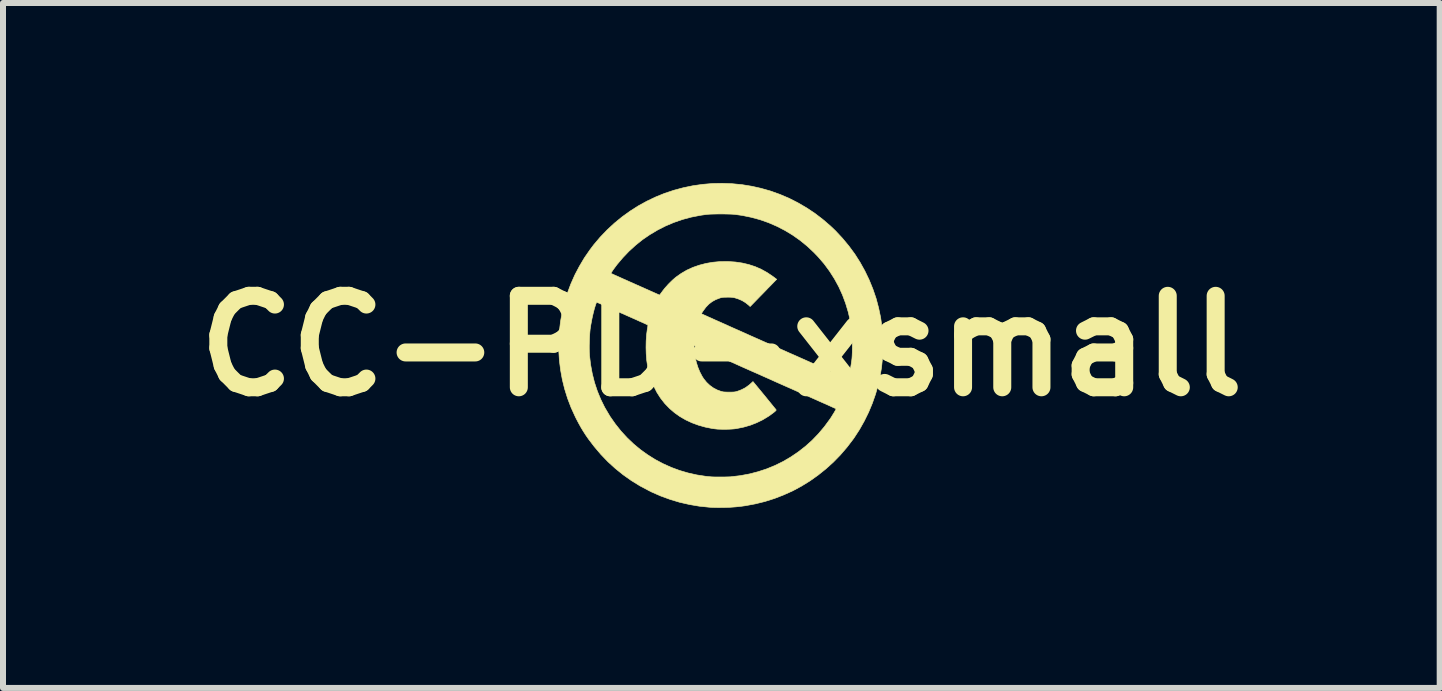
<source format=kicad_pcb>
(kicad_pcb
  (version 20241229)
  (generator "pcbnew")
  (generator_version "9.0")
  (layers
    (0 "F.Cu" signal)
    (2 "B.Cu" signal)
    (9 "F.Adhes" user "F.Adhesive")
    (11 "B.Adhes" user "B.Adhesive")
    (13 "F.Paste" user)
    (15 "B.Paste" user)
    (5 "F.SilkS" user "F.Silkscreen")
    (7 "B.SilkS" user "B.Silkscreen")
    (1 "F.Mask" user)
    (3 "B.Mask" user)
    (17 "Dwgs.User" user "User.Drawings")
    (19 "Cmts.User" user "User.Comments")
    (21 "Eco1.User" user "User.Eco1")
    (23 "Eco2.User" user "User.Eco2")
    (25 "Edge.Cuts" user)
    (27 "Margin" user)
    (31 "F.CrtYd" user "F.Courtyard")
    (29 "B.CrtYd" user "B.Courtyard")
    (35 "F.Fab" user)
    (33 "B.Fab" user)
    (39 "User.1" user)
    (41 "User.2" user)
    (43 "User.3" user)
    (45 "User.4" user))
  (footprint "CC-PD-xsmall"
    (layer "F.Cu")
    (at 8.97 2.714)
    (property "Reference" "CC-PD-xsmall" (at 0 0 0) (layer "F.SilkS") (effects (font (size 1.524 1.524) (thickness 0.3))))
    (attr through_hole)
    (fp_poly (pts (xy 0.179 -2.703) (xy 0.344 -2.687) (xy 0.509 -2.66) (xy 0.656 -2.627) (xy 0.816 -2.582) (xy 0.973 -2.526) (xy 1.126 -2.461) (xy 1.274 -2.386) (xy 1.418 -2.302) (xy 1.557 -2.21) (xy 1.69 -2.108) (xy 1.817 -1.999) (xy 1.902 -1.918) (xy 2.017 -1.795) (xy 2.124 -1.666) (xy 2.223 -1.532) (xy 2.312 -1.392) (xy 2.392 -1.248) (xy 2.463 -1.1) (xy 2.525 -0.948) (xy 2.578 -0.793) (xy 2.62 -0.635) (xy 2.654 -0.474) (xy 2.677 -0.311) (xy 2.69 -0.146) (xy 2.694 0.019) (xy 2.687 0.186) (xy 2.67 0.353) (xy 2.648 0.489) (xy 2.614 0.646) (xy 2.57 0.802) (xy 2.516 0.956) (xy 2.453 1.107) (xy 2.381 1.253) (xy 2.301 1.395) (xy 2.214 1.529) (xy 2.197 1.553) (xy 2.093 1.689) (xy 1.983 1.817) (xy 1.866 1.937) (xy 1.742 2.049) (xy 1.612 2.153) (xy 1.477 2.249) (xy 1.336 2.336) (xy 1.191 2.414) (xy 1.04 2.482) (xy 0.886 2.542) (xy 0.728 2.592) (xy 0.566 2.632) (xy 0.4 2.663) (xy 0.334 2.672) (xy 0.243 2.682) (xy 0.146 2.689) (xy 0.046 2.692) (xy -0.052 2.693) (xy -0.147 2.691) (xy -0.201 2.688) (xy -0.366 2.671) (xy -0.53 2.643) (xy -0.693 2.606) (xy -0.853 2.558) (xy -1.01 2.501) (xy -1.163 2.434) (xy -1.206 2.412) (xy -1.357 2.332) (xy -1.501 2.243) (xy -1.638 2.146) (xy -1.768 2.041) (xy -1.892 1.928) (xy -2.009 1.806) (xy -2.119 1.676) (xy -2.213 1.553) (xy -2.258 1.488) (xy -2.299 1.425) (xy -2.338 1.36) (xy -2.376 1.292) (xy -2.415 1.218) (xy -2.434 1.18) (xy -2.503 1.029) (xy -2.562 0.875) (xy -2.611 0.718) (xy -2.65 0.56) (xy -2.679 0.4) (xy -2.699 0.239) (xy -2.709 0.077) (xy -2.709 0.046) (xy -2.201 0.046) (xy -2.2 0.099) (xy -2.197 0.145) (xy -2.197 0.156) (xy -2.179 0.311) (xy -2.151 0.462) (xy -2.114 0.609) (xy -2.067 0.751) (xy -2.01 0.89) (xy -1.944 1.024) (xy -1.931 1.046) (xy -1.853 1.178) (xy -1.766 1.302) (xy -1.672 1.42) (xy -1.571 1.53) (xy -1.463 1.633) (xy -1.349 1.728) (xy -1.229 1.814) (xy -1.103 1.893) (xy -0.973 1.962) (xy -0.838 2.023) (xy -0.698 2.075) (xy -0.555 2.117) (xy -0.408 2.15) (xy -0.258 2.173) (xy -0.164 2.182) (xy -0.141 2.183) (xy -0.109 2.184) (xy -0.072 2.184) (xy -0.031 2.184) (xy 0.012 2.184) (xy 0.054 2.184) (xy 0.094 2.183) (xy 0.128 2.182) (xy 0.154 2.181) (xy 0.161 2.18) (xy 0.315 2.162) (xy 0.466 2.134) (xy 0.613 2.096) (xy 0.756 2.049) (xy 0.895 1.992) (xy 1.029 1.926) (xy 1.157 1.851) (xy 1.281 1.767) (xy 1.399 1.675) (xy 1.511 1.575) (xy 1.616 1.466) (xy 1.715 1.349) (xy 1.807 1.224) (xy 1.821 1.204) (xy 1.839 1.176) (xy 1.856 1.148) (xy 1.873 1.121) (xy 1.888 1.096) (xy 1.9 1.074) (xy 1.908 1.058) (xy 1.911 1.049) (xy 1.911 1.047) (xy 1.906 1.045) (xy 1.892 1.038) (xy 1.869 1.028) (xy 1.838 1.014) (xy 1.799 0.996) (xy 1.753 0.975) (xy 1.7 0.952) (xy 1.641 0.926) (xy 1.577 0.897) (xy 1.507 0.866) (xy 1.433 0.833) (xy 1.354 0.798) (xy 1.272 0.761) (xy 1.187 0.723) (xy 1.099 0.684) (xy 1.09 0.68) (xy 0.995 0.638) (xy 0.898 0.595) (xy 0.801 0.551) (xy 0.704 0.508) (xy 0.608 0.465) (xy 0.514 0.424) (xy 0.422 0.383) (xy 0.334 0.344) (xy 0.25 0.306) (xy 0.172 0.271) (xy 0.099 0.239) (xy 0.034 0.21) (xy -0.024 0.184) (xy -0.073 0.162) (xy -0.089 0.155) (xy -0.147 0.13) (xy -0.202 0.105) (xy -0.254 0.082) (xy -0.301 0.061) (xy -0.344 0.042) (xy -0.38 0.026) (xy -0.41 0.013) (xy -0.432 0.003) (xy -0.447 -0.003) (xy -0.452 -0.005) (xy -0.452 -0.005) (xy -0.454 -0.000347) (xy -0.455 0.013) (xy -0.455 0.034) (xy -0.453 0.059) (xy -0.451 0.087) (xy -0.449 0.105) (xy -0.436 0.191) (xy -0.416 0.276) (xy -0.39 0.358) (xy -0.358 0.435) (xy -0.321 0.506) (xy -0.294 0.548) (xy -0.246 0.607) (xy -0.192 0.658) (xy -0.132 0.701) (xy -0.067 0.735) (xy -0.012 0.755) (xy 0.006 0.76) (xy 0.022 0.764) (xy 0.038 0.767) (xy 0.056 0.768) (xy 0.079 0.769) (xy 0.11 0.77) (xy 0.127 0.77) (xy 0.162 0.77) (xy 0.189 0.769) (xy 0.21 0.768) (xy 0.227 0.766) (xy 0.243 0.763) (xy 0.26 0.758) (xy 0.262 0.758) (xy 0.334 0.731) (xy 0.402 0.696) (xy 0.465 0.65) (xy 0.494 0.624) (xy 0.527 0.594) (xy 0.72 0.828) (xy 0.755 0.871) (xy 0.788 0.912) (xy 0.819 0.95) (xy 0.847 0.984) (xy 0.87 1.013) (xy 0.889 1.036) (xy 0.904 1.054) (xy 0.912 1.065) (xy 0.914 1.068) (xy 0.911 1.074) (xy 0.901 1.085) (xy 0.884 1.1) (xy 0.861 1.118) (xy 0.835 1.137) (xy 0.807 1.158) (xy 0.786 1.172) (xy 0.689 1.231) (xy 0.588 1.28) (xy 0.483 1.321) (xy 0.372 1.353) (xy 0.255 1.377) (xy 0.22 1.382) (xy 0.198 1.384) (xy 0.168 1.386) (xy 0.132 1.388) (xy 0.091 1.389) (xy 0.05 1.389) (xy 0.006 1.389) (xy -0.03 1.388) (xy -0.061 1.387) (xy -0.089 1.384) (xy -0.116 1.381) (xy -0.144 1.377) (xy -0.148 1.377) (xy -0.267 1.353) (xy -0.381 1.321) (xy -0.49 1.281) (xy -0.593 1.233) (xy -0.69 1.177) (xy -0.78 1.113) (xy -0.863 1.042) (xy -0.938 0.964) (xy -0.946 0.955) (xy -1.014 0.868) (xy -1.074 0.774) (xy -1.125 0.673) (xy -1.169 0.567) (xy -1.203 0.454) (xy -1.229 0.336) (xy -1.23 0.333) (xy -1.244 0.236) (xy -1.252 0.132) (xy -1.255 0.026) (xy -1.253 -0.081) (xy -1.246 -0.185) (xy -1.233 -0.282) (xy -1.229 -0.301) (xy -1.226 -0.322) (xy -1.225 -0.338) (xy -1.225 -0.348) (xy -1.226 -0.349) (xy -1.231 -0.352) (xy -1.246 -0.358) (xy -1.268 -0.369) (xy -1.297 -0.382) (xy -1.333 -0.398) (xy -1.374 -0.416) (xy -1.419 -0.437) (xy -1.469 -0.459) (xy -1.521 -0.482) (xy -1.575 -0.506) (xy -1.63 -0.531) (xy -1.686 -0.555) (xy -1.741 -0.58) (xy -1.795 -0.604) (xy -1.846 -0.626) (xy -1.894 -0.648) (xy -1.939 -0.667) (xy -1.978 -0.685) (xy -2.012 -0.7) (xy -2.039 -0.712) (xy -2.059 -0.72) (xy -2.071 -0.725) (xy -2.074 -0.726) (xy -2.079 -0.722) (xy -2.087 -0.709) (xy -2.095 -0.687) (xy -2.104 -0.658) (xy -2.115 -0.624) (xy -2.125 -0.584) (xy -2.136 -0.541) (xy -2.147 -0.494) (xy -2.157 -0.447) (xy -2.166 -0.398) (xy -2.175 -0.35) (xy -2.182 -0.304) (xy -2.186 -0.28) (xy -2.19 -0.238) (xy -2.194 -0.187) (xy -2.197 -0.13) (xy -2.199 -0.071) (xy -2.201 -0.011) (xy -2.201 0.046) (xy -2.709 0.046) (xy -2.709 -0.084) (xy -2.699 -0.245) (xy -2.68 -0.406) (xy -2.652 -0.565) (xy -2.613 -0.722) (xy -2.566 -0.877) (xy -2.509 -1.03) (xy -2.443 -1.179) (xy -2.427 -1.21) (xy -1.841 -1.21) (xy -1.841 -1.209) (xy -1.836 -1.207) (xy -1.822 -1.201) (xy -1.8 -1.191) (xy -1.77 -1.177) (xy -1.733 -1.161) (xy -1.691 -1.142) (xy -1.643 -1.12) (xy -1.59 -1.097) (xy -1.533 -1.071) (xy -1.473 -1.045) (xy -1.434 -1.027) (xy -1.029 -0.847) (xy -1.02 -0.859) (xy -1.014 -0.867) (xy -1.003 -0.882) (xy -0.988 -0.902) (xy -0.972 -0.924) (xy -0.97 -0.926) (xy -0.947 -0.956) (xy -0.917 -0.99) (xy -0.884 -1.027) (xy -0.848 -1.063) (xy -0.813 -1.097) (xy -0.78 -1.126) (xy -0.759 -1.144) (xy -0.67 -1.207) (xy -0.576 -1.262) (xy -0.475 -1.308) (xy -0.369 -1.345) (xy -0.258 -1.374) (xy -0.143 -1.394) (xy -0.024 -1.405) (xy 0.1 -1.406) (xy 0.114 -1.406) (xy 0.234 -1.398) (xy 0.349 -1.381) (xy 0.459 -1.355) (xy 0.563 -1.321) (xy 0.664 -1.277) (xy 0.76 -1.224) (xy 0.854 -1.161) (xy 0.862 -1.155) (xy 0.922 -1.11) (xy 0.869 -1.056) (xy 0.855 -1.041) (xy 0.833 -1.019) (xy 0.807 -0.992) (xy 0.776 -0.961) (xy 0.743 -0.926) (xy 0.707 -0.889) (xy 0.67 -0.851) (xy 0.649 -0.83) (xy 0.48 -0.656) (xy 0.453 -0.681) (xy 0.401 -0.722) (xy 0.345 -0.756) (xy 0.282 -0.783) (xy 0.222 -0.802) (xy 0.204 -0.806) (xy 0.184 -0.809) (xy 0.158 -0.811) (xy 0.125 -0.812) (xy 0.103 -0.812) (xy 0.07 -0.811) (xy 0.045 -0.811) (xy 0.025 -0.809) (xy 0.008 -0.807) (xy -0.009 -0.803) (xy -0.027 -0.797) (xy -0.028 -0.797) (xy -0.093 -0.772) (xy -0.153 -0.739) (xy -0.208 -0.697) (xy -0.257 -0.646) (xy -0.301 -0.587) (xy -0.334 -0.537) (xy -0.319 -0.53) (xy -0.305 -0.524) (xy -0.282 -0.513) (xy -0.25 -0.499) (xy -0.211 -0.481) (xy -0.165 -0.461) (xy -0.113 -0.437) (xy -0.054 -0.411) (xy 0.011 -0.382) (xy 0.081 -0.351) (xy 0.155 -0.317) (xy 0.234 -0.282) (xy 0.316 -0.246) (xy 0.401 -0.208) (xy 0.489 -0.168) (xy 0.58 -0.128) (xy 0.672 -0.087) (xy 0.765 -0.046) (xy 0.859 -0.004) (xy 0.953 0.038) (xy 1.046 0.079) (xy 1.139 0.121) (xy 1.231 0.161) (xy 1.32 0.201) (xy 1.408 0.24) (xy 1.493 0.278) (xy 1.574 0.314) (xy 1.652 0.348) (xy 1.725 0.381) (xy 1.793 0.411) (xy 1.856 0.439) (xy 1.914 0.464) (xy 1.965 0.487) (xy 2.009 0.506) (xy 2.046 0.523) (xy 2.076 0.535) (xy 2.097 0.545) (xy 2.109 0.55) (xy 2.112 0.551) (xy 2.115 0.545) (xy 2.119 0.53) (xy 2.124 0.51) (xy 2.129 0.489) (xy 2.148 0.399) (xy 2.164 0.302) (xy 2.173 0.241) (xy 2.177 0.205) (xy 2.18 0.16) (xy 2.182 0.109) (xy 2.183 0.053) (xy 2.183 -0.005) (xy 2.183 -0.063) (xy 2.182 -0.119) (xy 2.18 -0.171) (xy 2.177 -0.218) (xy 2.174 -0.256) (xy 2.173 -0.259) (xy 2.149 -0.413) (xy 2.115 -0.563) (xy 2.071 -0.709) (xy 2.018 -0.851) (xy 1.956 -0.987) (xy 1.884 -1.119) (xy 1.803 -1.246) (xy 1.713 -1.368) (xy 1.613 -1.484) (xy 1.542 -1.558) (xy 1.43 -1.663) (xy 1.312 -1.759) (xy 1.189 -1.846) (xy 1.06 -1.924) (xy 0.926 -1.993) (xy 0.788 -2.053) (xy 0.646 -2.103) (xy 0.499 -2.143) (xy 0.349 -2.174) (xy 0.22 -2.192) (xy 0.192 -2.194) (xy 0.155 -2.196) (xy 0.113 -2.197) (xy 0.065 -2.198) (xy 0.015 -2.199) (xy -0.035 -2.199) (xy -0.085 -2.198) (xy -0.132 -2.197) (xy -0.174 -2.196) (xy -0.209 -2.194) (xy -0.235 -2.192) (xy -0.235 -2.192) (xy -0.266 -2.188) (xy -0.301 -2.183) (xy -0.337 -2.178) (xy -0.36 -2.174) (xy -0.507 -2.145) (xy -0.651 -2.106) (xy -0.792 -2.057) (xy -0.929 -1.999) (xy -1.061 -1.932) (xy -1.189 -1.856) (xy -1.312 -1.772) (xy -1.428 -1.679) (xy -1.539 -1.578) (xy -1.642 -1.47) (xy -1.739 -1.355) (xy -1.803 -1.269) (xy -1.817 -1.247) (xy -1.829 -1.229) (xy -1.837 -1.216) (xy -1.841 -1.21) (xy -2.427 -1.21) (xy -2.367 -1.324) (xy -2.283 -1.466) (xy -2.189 -1.602) (xy -2.128 -1.683) (xy -2.019 -1.812) (xy -1.903 -1.933) (xy -1.781 -2.046) (xy -1.654 -2.15) (xy -1.521 -2.246) (xy -1.383 -2.334) (xy -1.241 -2.412) (xy -1.094 -2.482) (xy -0.944 -2.543) (xy -0.79 -2.594) (xy -0.633 -2.636) (xy -0.474 -2.669) (xy -0.313 -2.692) (xy -0.15 -2.706) (xy 0.014 -2.709) (xy 0.179 -2.703)) (stroke (width 0.01) (type solid)) (fill yes) (layer "F.SilkS")))
  (gr_rect
    (start -3 -3)
    (end 20.94 8.413)
    (stroke (width 0.1) (type default))
    (fill no)
    (layer "Edge.Cuts")))
</source>
